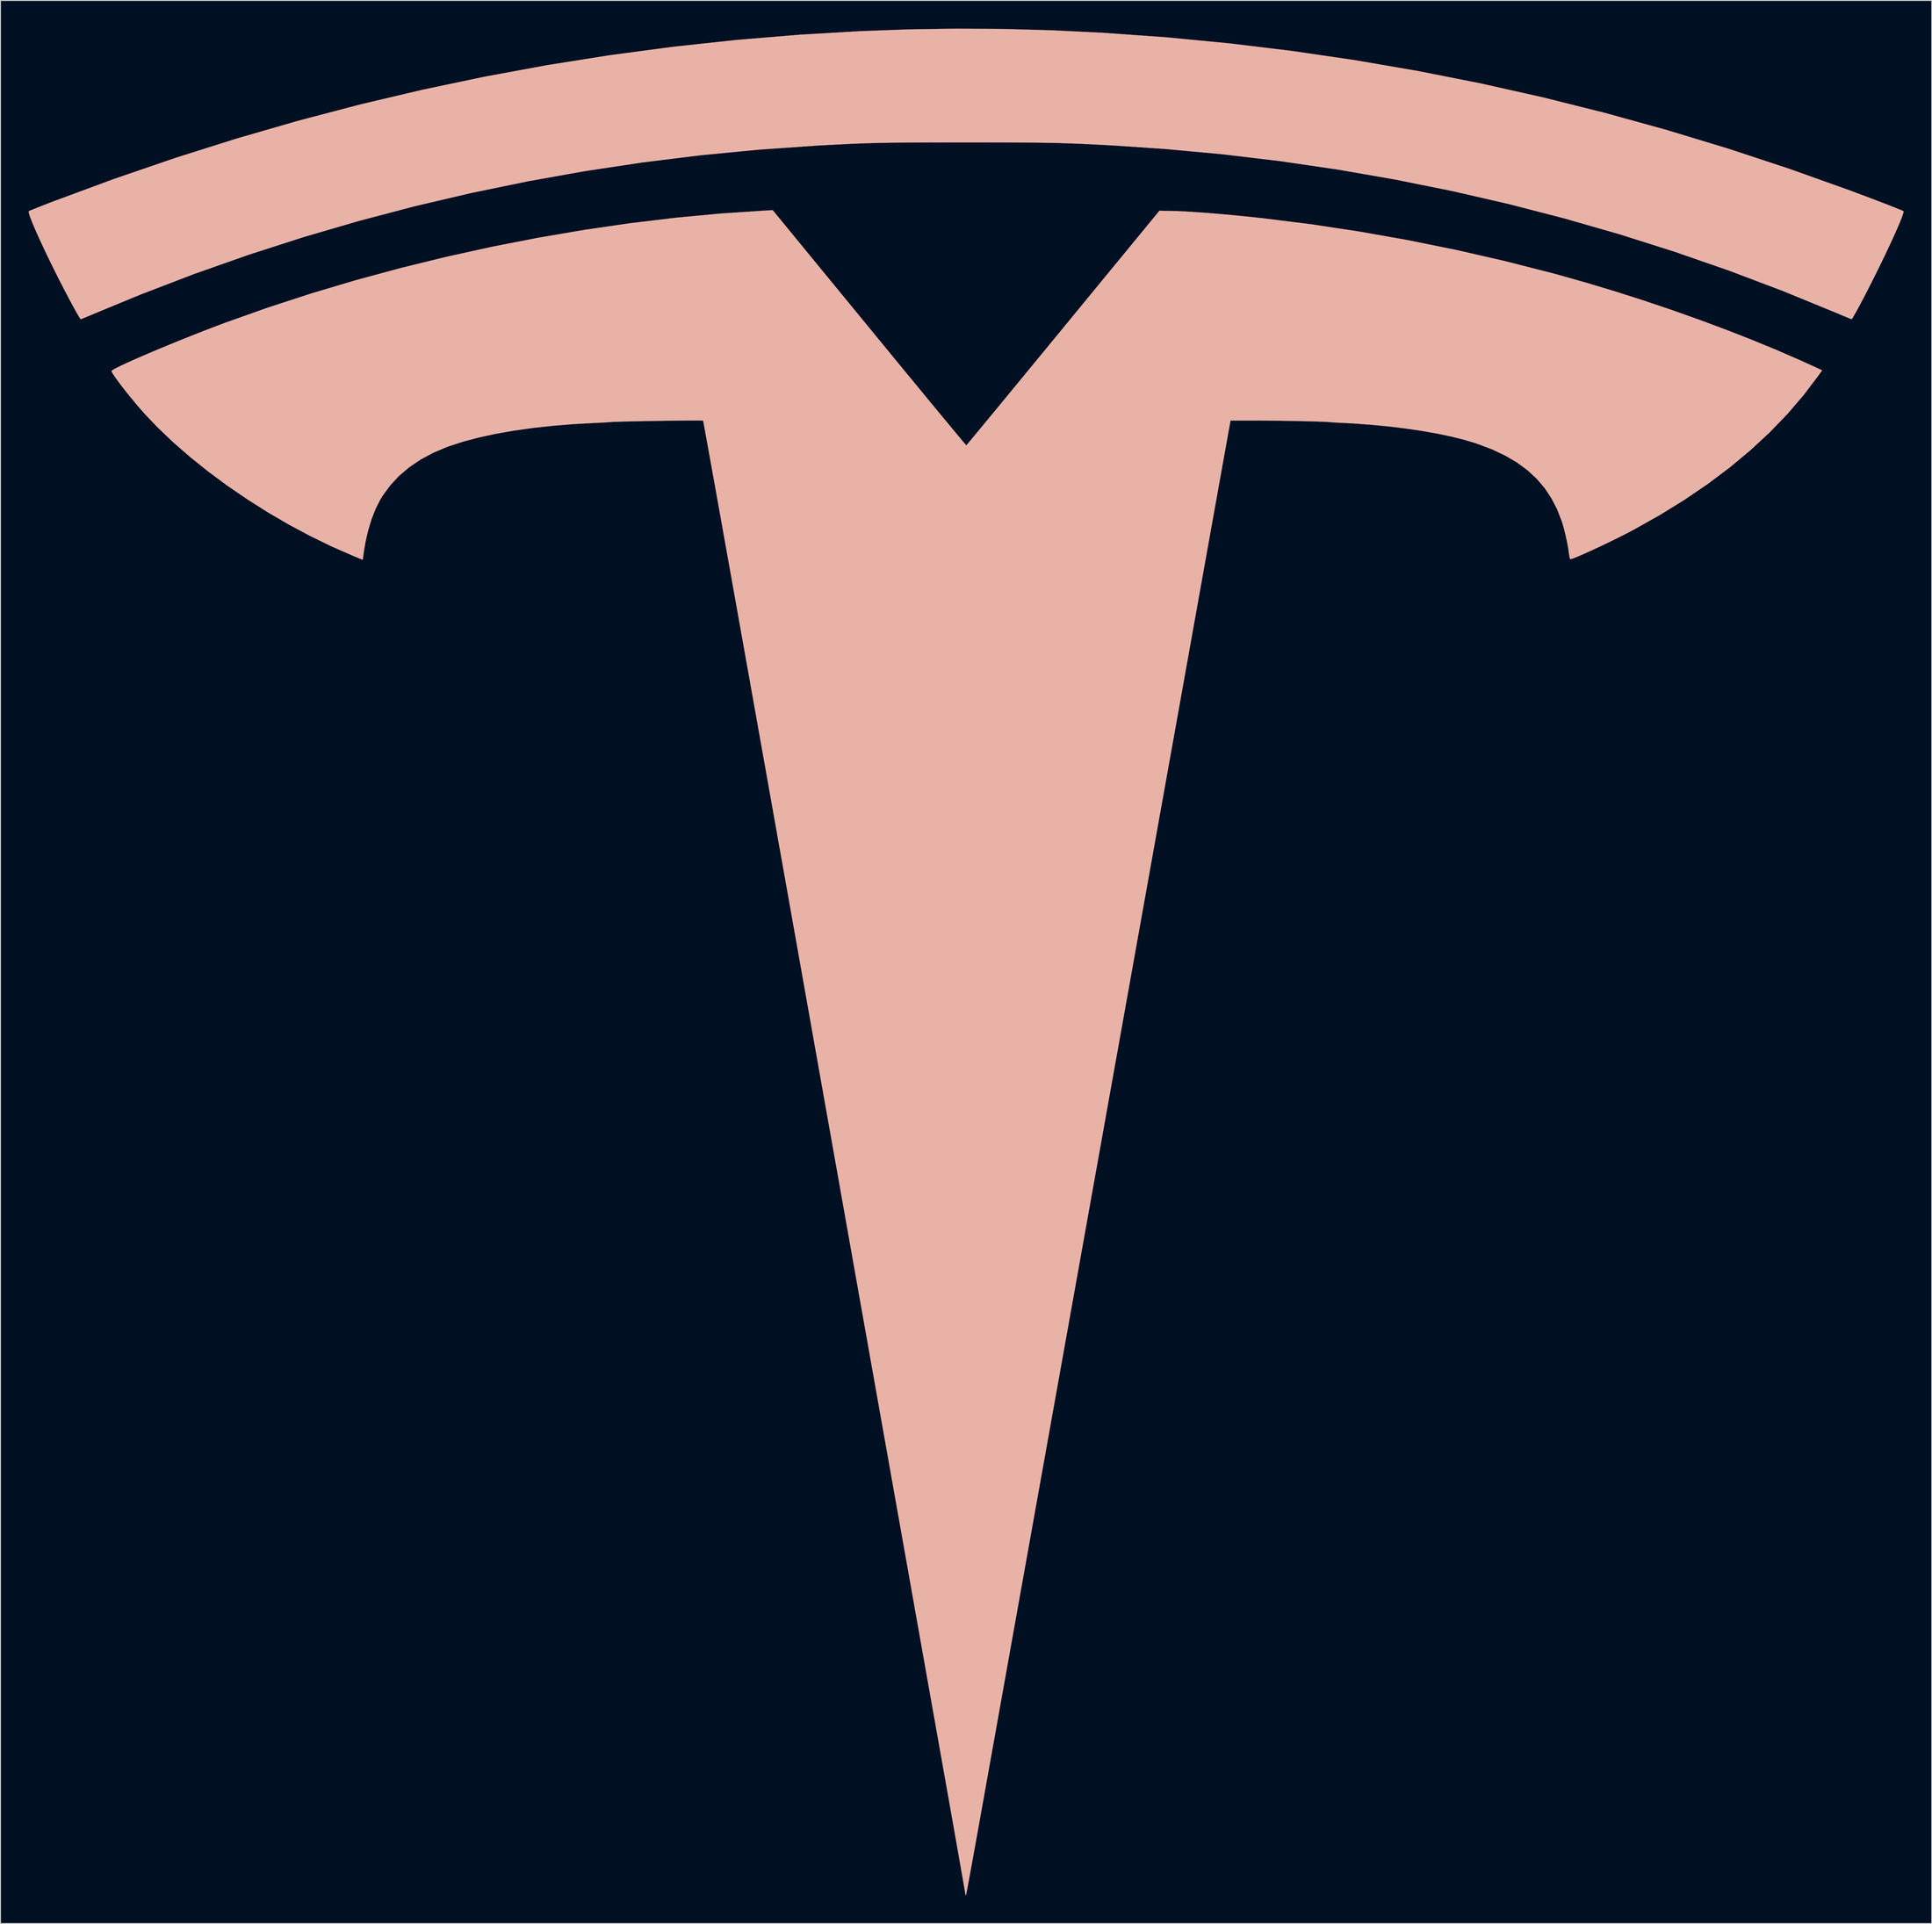
<source format=kicad_pcb>
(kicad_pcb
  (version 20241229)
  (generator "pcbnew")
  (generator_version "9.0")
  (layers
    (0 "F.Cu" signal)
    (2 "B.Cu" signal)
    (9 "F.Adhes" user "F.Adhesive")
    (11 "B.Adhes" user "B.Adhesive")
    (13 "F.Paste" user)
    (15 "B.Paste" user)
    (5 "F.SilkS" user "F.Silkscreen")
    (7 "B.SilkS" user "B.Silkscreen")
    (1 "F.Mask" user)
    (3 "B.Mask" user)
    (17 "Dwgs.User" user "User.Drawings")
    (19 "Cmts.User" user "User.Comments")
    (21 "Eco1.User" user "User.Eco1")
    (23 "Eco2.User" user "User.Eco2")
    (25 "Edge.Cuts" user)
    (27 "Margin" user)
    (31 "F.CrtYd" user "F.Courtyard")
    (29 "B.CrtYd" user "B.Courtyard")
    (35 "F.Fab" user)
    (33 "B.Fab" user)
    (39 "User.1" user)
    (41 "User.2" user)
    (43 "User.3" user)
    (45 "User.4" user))
  (footprint "tesla_20x20_B"
    (layer "F.Cu")
    (at 99.877 99.54)
    (property "Reference" "tesla_20x20_B" (at 0 0 0) (layer "B.SilkS") (effects (font (size 1.524 1.524) (thickness 0.3))))
    (attr through_hole)
    (fp_poly (pts (xy 4.052 -99.501) (xy 9.22 -99.357) (xy 14.478 -99.102) (xy 14.52 -99.099) (xy 21.302 -98.617) (xy 28.056 -97.968) (xy 34.783 -97.153) (xy 41.485 -96.17) (xy 48.16 -95.02) (xy 54.81 -93.703) (xy 61.435 -92.218) (xy 68.035 -90.566) (xy 74.61 -88.747) (xy 81.162 -86.76) (xy 87.689 -84.606) (xy 94.194 -82.284) (xy 97.24 -81.136) (xy 97.86 -80.897) (xy 98.43 -80.675) (xy 98.931 -80.477) (xy 99.342 -80.312) (xy 99.645 -80.187) (xy 99.821 -80.11) (xy 99.856 -80.091) (xy 99.857 -79.98) (xy 99.787 -79.733) (xy 99.652 -79.361) (xy 99.457 -78.878) (xy 99.209 -78.297) (xy 98.914 -77.632) (xy 98.578 -76.895) (xy 98.207 -76.1) (xy 97.808 -75.259) (xy 97.386 -74.386) (xy 96.947 -73.495) (xy 96.498 -72.597) (xy 96.045 -71.707) (xy 95.594 -70.838) (xy 95.151 -70.001) (xy 95.149 -69.998) (xy 94.909 -69.556) (xy 94.694 -69.17) (xy 94.518 -68.863) (xy 94.393 -68.659) (xy 94.333 -68.58) (xy 94.332 -68.58) (xy 94.24 -68.612) (xy 94.017 -68.701) (xy 93.686 -68.836) (xy 93.272 -69.009) (xy 92.798 -69.21) (xy 92.667 -69.265) (xy 87.001 -71.588) (xy 81.268 -73.757) (xy 75.472 -75.769) (xy 69.618 -77.625) (xy 63.708 -79.323) (xy 57.747 -80.863) (xy 51.739 -82.244) (xy 45.687 -83.464) (xy 39.596 -84.523) (xy 33.469 -85.42) (xy 27.31 -86.154) (xy 21.123 -86.724) (xy 15.917 -87.076) (xy 14.944 -87.13) (xy 14.048 -87.178) (xy 13.213 -87.221) (xy 12.423 -87.258) (xy 11.663 -87.29) (xy 10.916 -87.318) (xy 10.166 -87.341) (xy 9.398 -87.361) (xy 8.595 -87.377) (xy 7.741 -87.39) (xy 6.821 -87.4) (xy 5.817 -87.407) (xy 4.715 -87.412) (xy 3.499 -87.416) (xy 2.151 -87.418) (xy 0.657 -87.418) (xy 0 -87.418) (xy -1.559 -87.418) (xy -2.965 -87.417) (xy -4.233 -87.414) (xy -5.38 -87.409) (xy -6.422 -87.403) (xy -7.374 -87.394) (xy -8.253 -87.382) (xy -9.075 -87.368) (xy -9.856 -87.35) (xy -10.611 -87.328) (xy -11.357 -87.302) (xy -12.11 -87.272) (xy -12.886 -87.236) (xy -13.7 -87.196) (xy -14.569 -87.15) (xy -15.509 -87.099) (xy -15.917 -87.076) (xy -22.125 -86.643) (xy -28.308 -86.047) (xy -34.462 -85.286) (xy -40.584 -84.363) (xy -46.669 -83.277) (xy -52.714 -82.031) (xy -58.714 -80.625) (xy -64.667 -79.059) (xy -70.568 -77.336) (xy -76.413 -75.454) (xy -82.199 -73.417) (xy -87.921 -71.223) (xy -92.667 -69.265) (xy -93.153 -69.059) (xy -93.585 -68.878) (xy -93.941 -68.732) (xy -94.195 -68.63) (xy -94.324 -68.582) (xy -94.334 -68.58) (xy -94.391 -68.651) (xy -94.514 -68.848) (xy -94.69 -69.149) (xy -94.906 -69.53) (xy -95.148 -69.969) (xy -95.163 -69.998) (xy -95.638 -70.882) (xy -96.114 -71.792) (xy -96.588 -72.713) (xy -97.052 -73.635) (xy -97.501 -74.543) (xy -97.928 -75.425) (xy -98.328 -76.269) (xy -98.696 -77.061) (xy -99.024 -77.789) (xy -99.307 -78.44) (xy -99.54 -79.002) (xy -99.715 -79.461) (xy -99.828 -79.804) (xy -99.872 -80.02) (xy -99.858 -80.088) (xy -99.763 -80.136) (xy -99.528 -80.235) (xy -99.174 -80.379) (xy -98.72 -80.56) (xy -98.186 -80.77) (xy -97.591 -81.001) (xy -97.24 -81.136) (xy -90.748 -83.536) (xy -84.233 -85.769) (xy -77.696 -87.834) (xy -71.135 -89.731) (xy -64.55 -91.461) (xy -57.94 -93.023) (xy -51.305 -94.418) (xy -44.643 -95.647) (xy -37.956 -96.708) (xy -31.241 -97.603) (xy -24.498 -98.331) (xy -17.727 -98.892) (xy -11.296 -99.27) (xy -6.168 -99.457) (xy -1.065 -99.535) (xy 4.052 -99.501)) (stroke (width 0.01) (type solid)) (fill yes) (layer "B.SilkS"))
    (fp_poly (pts (xy -10.326 -67.662) (xy -9.283 -66.391) (xy -8.268 -65.156) (xy -7.288 -63.962) (xy -6.346 -62.817) (xy -5.448 -61.727) (xy -4.6 -60.697) (xy -3.807 -59.735) (xy -3.073 -58.846) (xy -2.405 -58.037) (xy -1.806 -57.315) (xy -1.284 -56.685) (xy -0.842 -56.153) (xy -0.486 -55.727) (xy -0.221 -55.413) (xy -0.053 -55.216) (xy 0.013 -55.144) (xy 0.014 -55.144) (xy 0.073 -55.21) (xy 0.234 -55.4) (xy 0.491 -55.709) (xy 0.841 -56.13) (xy 1.277 -56.656) (xy 1.794 -57.281) (xy 2.387 -57.999) (xy 3.051 -58.804) (xy 3.78 -59.688) (xy 4.569 -60.647) (xy 5.414 -61.672) (xy 6.308 -62.759) (xy 7.247 -63.9) (xy 8.225 -65.09) (xy 9.237 -66.321) (xy 10.278 -67.588) (xy 10.328 -67.649) (xy 20.586 -80.137) (xy 21.744 -80.119) (xy 22.602 -80.094) (xy 23.611 -80.045) (xy 24.753 -79.972) (xy 26.011 -79.877) (xy 27.369 -79.762) (xy 28.809 -79.628) (xy 30.315 -79.476) (xy 31.708 -79.326) (xy 36.787 -78.691) (xy 41.92 -77.914) (xy 47.078 -77) (xy 52.232 -75.955) (xy 57.354 -74.784) (xy 62.415 -73.492) (xy 63.204 -73.278) (xy 66.14 -72.447) (xy 69.111 -71.551) (xy 72.095 -70.599) (xy 75.066 -69.599) (xy 78.002 -68.559) (xy 80.878 -67.489) (xy 83.672 -66.397) (xy 86.358 -65.291) (xy 88.913 -64.18) (xy 90.402 -63.501) (xy 91.184 -63.138) (xy 90.788 -62.578) (xy 89.22 -60.504) (xy 87.494 -58.491) (xy 85.611 -56.537) (xy 83.572 -54.646) (xy 81.379 -52.816) (xy 79.031 -51.049) (xy 76.531 -49.346) (xy 73.878 -47.708) (xy 71.075 -46.135) (xy 70.793 -45.985) (xy 70.228 -45.69) (xy 69.605 -45.375) (xy 68.944 -45.048) (xy 68.263 -44.718) (xy 67.582 -44.394) (xy 66.918 -44.084) (xy 66.291 -43.796) (xy 65.72 -43.541) (xy 65.224 -43.326) (xy 64.821 -43.16) (xy 64.531 -43.052) (xy 64.372 -43.011) (xy 64.366 -43.011) (xy 64.315 -43.088) (xy 64.264 -43.288) (xy 64.226 -43.54) (xy 64.14 -44.154) (xy 64.008 -44.866) (xy 63.845 -45.611) (xy 63.664 -46.33) (xy 63.48 -46.959) (xy 63.451 -47.046) (xy 62.946 -48.343) (xy 62.332 -49.533) (xy 61.603 -50.62) (xy 60.753 -51.611) (xy 59.776 -52.51) (xy 58.667 -53.323) (xy 57.42 -54.054) (xy 56.029 -54.71) (xy 54.488 -55.296) (xy 54.252 -55.375) (xy 53.04 -55.738) (xy 51.678 -56.078) (xy 50.186 -56.392) (xy 48.581 -56.676) (xy 46.883 -56.928) (xy 45.11 -57.145) (xy 43.281 -57.324) (xy 41.415 -57.463) (xy 40.09 -57.535) (xy 39.642 -57.557) (xy 39.24 -57.58) (xy 38.922 -57.6) (xy 38.726 -57.617) (xy 38.699 -57.621) (xy 38.523 -57.636) (xy 38.197 -57.652) (xy 37.743 -57.669) (xy 37.181 -57.687) (xy 36.53 -57.704) (xy 35.812 -57.721) (xy 35.046 -57.736) (xy 34.253 -57.75) (xy 33.453 -57.763) (xy 32.667 -57.773) (xy 31.915 -57.78) (xy 31.217 -57.784) (xy 30.782 -57.785) (xy 28.163 -57.785) (xy 27.887 -56.261) (xy 27.839 -55.997) (xy 27.764 -55.578) (xy 27.662 -55.013) (xy 27.537 -54.315) (xy 27.39 -53.493) (xy 27.222 -52.559) (xy 27.036 -51.524) (xy 26.835 -50.398) (xy 26.619 -49.193) (xy 26.39 -47.918) (xy 26.151 -46.586) (xy 25.904 -45.206) (xy 25.651 -43.791) (xy 25.443 -42.63) (xy 25.157 -41.035) (xy 24.846 -39.297) (xy 24.513 -37.439) (xy 24.163 -35.485) (xy 23.8 -33.457) (xy 23.428 -31.38) (xy 23.051 -29.276) (xy 22.674 -27.17) (xy 22.3 -25.084) (xy 21.934 -23.042) (xy 21.58 -21.067) (xy 21.243 -19.183) (xy 20.926 -17.413) (xy 20.87 -17.103) (xy 20.607 -15.635) (xy 20.317 -14.017) (xy 20.003 -12.266) (xy 19.668 -10.397) (xy 19.316 -8.429) (xy 18.948 -6.377) (xy 18.568 -4.257) (xy 18.179 -2.087) (xy 17.784 0.117) (xy 17.386 2.338) (xy 16.988 4.56) (xy 16.593 6.766) (xy 16.203 8.94) (xy 15.823 11.065) (xy 15.454 13.124) (xy 15.112 15.028) (xy 14.781 16.877) (xy 14.449 18.733) (xy 14.117 20.586) (xy 13.787 22.424) (xy 13.462 24.237) (xy 13.144 26.013) (xy 12.835 27.741) (xy 12.535 29.411) (xy 12.249 31.011) (xy 11.977 32.53) (xy 11.721 33.957) (xy 11.484 35.281) (xy 11.267 36.491) (xy 11.072 37.576) (xy 10.902 38.525) (xy 10.759 39.327) (xy 10.668 39.836) (xy 10.535 40.573) (xy 10.376 41.464) (xy 10.191 42.496) (xy 9.983 43.656) (xy 9.754 44.932) (xy 9.507 46.31) (xy 9.244 47.779) (xy 8.967 49.325) (xy 8.679 50.935) (xy 8.381 52.596) (xy 8.076 54.297) (xy 7.767 56.023) (xy 7.455 57.763) (xy 7.144 59.503) (xy 6.834 61.23) (xy 6.731 61.807) (xy 6.406 63.618) (xy 6.069 65.5) (xy 5.722 67.434) (xy 5.37 69.405) (xy 5.013 71.395) (xy 4.657 73.386) (xy 4.303 75.362) (xy 3.955 77.305) (xy 3.616 79.198) (xy 3.29 81.024) (xy 2.978 82.766) (xy 2.684 84.406) (xy 2.412 85.927) (xy 2.164 87.313) (xy 1.987 88.307) (xy 1.75 89.629) (xy 1.521 90.907) (xy 1.301 92.132) (xy 1.092 93.293) (xy 0.896 94.38) (xy 0.714 95.382) (xy 0.549 96.29) (xy 0.403 97.094) (xy 0.276 97.782) (xy 0.172 98.346) (xy 0.092 98.774) (xy 0.038 99.057) (xy 0.011 99.184) (xy 0.01 99.187) (xy -0.043 99.337) (xy -0.069 99.332) (xy -0.076 99.259) (xy -0.092 99.157) (xy -0.135 98.898) (xy -0.206 98.488) (xy -0.301 97.939) (xy -0.42 97.257) (xy -0.561 96.452) (xy -0.723 95.532) (xy -0.904 94.507) (xy -1.102 93.384) (xy -1.316 92.172) (xy -1.544 90.881) (xy -1.786 89.518) (xy -2.038 88.093) (xy -2.301 86.614) (xy -2.572 85.09) (xy -2.619 84.823) (xy -2.767 83.992) (xy -2.943 83) (xy -3.148 81.852) (xy -3.379 80.552) (xy -3.635 79.107) (xy -3.917 77.523) (xy -4.223 75.803) (xy -4.552 73.953) (xy -4.903 71.98) (xy -5.275 69.887) (xy -5.667 67.681) (xy -6.078 65.366) (xy -6.508 62.948) (xy -6.955 60.433) (xy -7.419 57.825) (xy -7.898 55.13) (xy -8.391 52.353) (xy -8.899 49.5) (xy -9.419 46.575) (xy -9.95 43.584) (xy -10.492 40.533) (xy -11.045 37.427) (xy -11.606 34.271) (xy -12.175 31.07) (xy -12.751 27.829) (xy -13.333 24.555) (xy -13.92 21.251) (xy -14.511 17.924) (xy -15.106 14.58) (xy -15.703 11.222) (xy -16.301 7.857) (xy -16.553 6.435) (xy -17.134 3.17) (xy -17.707 -0.054) (xy -18.273 -3.233) (xy -18.829 -6.364) (xy -19.377 -9.441) (xy -19.915 -12.461) (xy -20.441 -15.42) (xy -20.957 -18.314) (xy -21.46 -21.139) (xy -21.951 -23.891) (xy -22.427 -26.565) (xy -22.89 -29.159) (xy -23.337 -31.667) (xy -23.769 -34.086) (xy -24.184 -36.411) (xy -24.582 -38.64) (xy -24.962 -40.766) (xy -25.323 -42.788) (xy -25.666 -44.7) (xy -25.987 -46.499) (xy -26.289 -48.18) (xy -26.568 -49.74) (xy -26.826 -51.174) (xy -27.06 -52.479) (xy -27.271 -53.65) (xy -27.457 -54.684) (xy -27.619 -55.575) (xy -27.754 -56.322) (xy -27.863 -56.918) (xy -27.944 -57.361) (xy -27.998 -57.646) (xy -28.023 -57.769) (xy -28.024 -57.774) (xy -28.117 -57.783) (xy -28.36 -57.789) (xy -28.737 -57.791) (xy -29.228 -57.79) (xy -29.816 -57.787) (xy -30.482 -57.781) (xy -31.208 -57.773) (xy -31.976 -57.763) (xy -32.768 -57.751) (xy -33.566 -57.738) (xy -34.351 -57.724) (xy -35.105 -57.709) (xy -35.81 -57.694) (xy -36.448 -57.678) (xy -37.001 -57.663) (xy -37.45 -57.648) (xy -37.777 -57.633) (xy -37.965 -57.62) (xy -37.973 -57.619) (xy -38.148 -57.603) (xy -38.454 -57.584) (xy -38.852 -57.562) (xy -39.304 -57.541) (xy -39.455 -57.534) (xy -41.805 -57.407) (xy -44.061 -57.224) (xy -46.213 -56.988) (xy -48.252 -56.699) (xy -50.167 -56.36) (xy -51.949 -55.971) (xy -53.589 -55.536) (xy -55.076 -55.054) (xy -55.287 -54.977) (xy -56.765 -54.356) (xy -58.114 -53.633) (xy -59.332 -52.81) (xy -60.415 -51.89) (xy -61.362 -50.874) (xy -62.17 -49.764) (xy -62.452 -49.296) (xy -62.919 -48.364) (xy -63.336 -47.3) (xy -63.692 -46.137) (xy -63.979 -44.909) (xy -64.139 -43.973) (xy -64.289 -42.946) (xy -65.27 -43.351) (xy -67.572 -44.359) (xy -69.874 -45.48) (xy -72.158 -46.702) (xy -74.406 -48.014) (xy -76.602 -49.404) (xy -78.728 -50.86) (xy -80.768 -52.37) (xy -82.703 -53.924) (xy -84.517 -55.508) (xy -86.193 -57.112) (xy -87.4 -58.378) (xy -87.836 -58.865) (xy -88.292 -59.392) (xy -88.753 -59.943) (xy -89.208 -60.498) (xy -89.642 -61.042) (xy -90.041 -61.557) (xy -90.392 -62.025) (xy -90.682 -62.428) (xy -90.896 -62.751) (xy -91.022 -62.974) (xy -91.05 -63.059) (xy -90.977 -63.137) (xy -90.758 -63.272) (xy -90.406 -63.456) (xy -89.932 -63.686) (xy -89.349 -63.956) (xy -88.67 -64.261) (xy -87.906 -64.596) (xy -87.071 -64.955) (xy -86.175 -65.334) (xy -85.232 -65.726) (xy -84.253 -66.128) (xy -83.251 -66.533) (xy -82.238 -66.936) (xy -81.227 -67.333) (xy -80.23 -67.717) (xy -79.258 -68.085) (xy -78.952 -68.199) (xy -74.422 -69.81) (xy -69.781 -71.322) (xy -65.048 -72.732) (xy -60.241 -74.035) (xy -55.379 -75.228) (xy -50.48 -76.306) (xy -45.564 -77.266) (xy -40.649 -78.103) (xy -35.754 -78.815) (xy -30.896 -79.397) (xy -26.096 -79.845) (xy -21.629 -80.142) (xy -20.609 -80.196) (xy -10.326 -67.662)) (stroke (width 0.01) (type solid)) (fill yes) (layer "B.SilkS")))
  (gr_rect
    (start -3 -3)
    (end 202.739 201.882)
    (stroke (width 0.1) (type default))
    (fill no)
    (layer "Edge.Cuts")))
</source>
